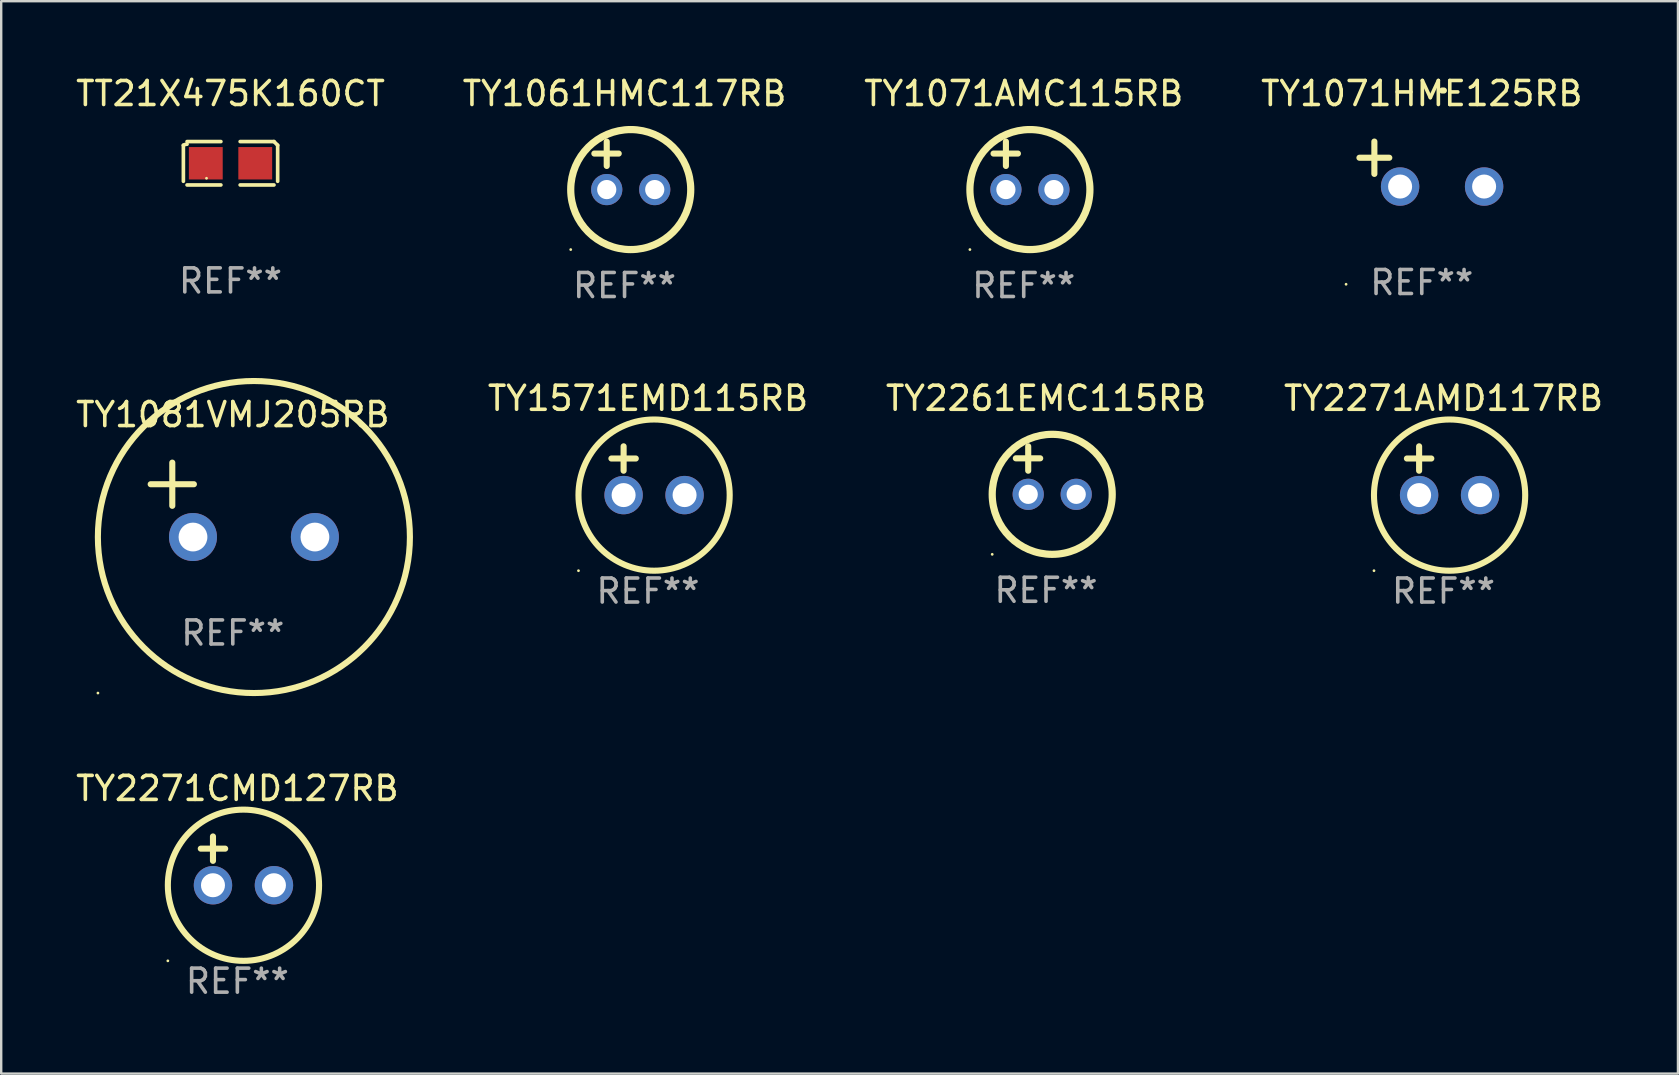
<source format=kicad_pcb>
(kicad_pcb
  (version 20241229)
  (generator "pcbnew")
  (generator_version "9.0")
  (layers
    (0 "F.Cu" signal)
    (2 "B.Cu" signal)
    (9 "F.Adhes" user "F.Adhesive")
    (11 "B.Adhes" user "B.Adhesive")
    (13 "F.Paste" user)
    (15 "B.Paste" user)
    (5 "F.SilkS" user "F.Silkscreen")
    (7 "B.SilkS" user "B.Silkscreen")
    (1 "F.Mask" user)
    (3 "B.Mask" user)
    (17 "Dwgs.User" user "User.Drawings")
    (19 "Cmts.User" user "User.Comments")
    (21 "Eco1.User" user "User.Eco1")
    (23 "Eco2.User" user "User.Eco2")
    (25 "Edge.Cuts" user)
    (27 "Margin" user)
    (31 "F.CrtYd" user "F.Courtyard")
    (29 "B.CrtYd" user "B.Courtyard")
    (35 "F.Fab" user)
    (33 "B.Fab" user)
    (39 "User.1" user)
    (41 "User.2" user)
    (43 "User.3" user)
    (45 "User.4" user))
  (footprint "TY1071HME125RB"
    (layer "F.Cu")
    (at 56.185 3.785)
    (property "Reference" "TY1071HME125RB" (at 0 -2.937 0) (layer "F.SilkS") (effects (font (size 1 1) (thickness 0.15))))
    (attr through_hole)
    (fp_line (start -1.975 0.41) (end -1.975 -0.937) (stroke (width 0.254) (type solid)) (layer "F.SilkS"))
    (fp_line (start -1.353 -0.263) (end -2.597 -0.263) (stroke (width 0.254) (type solid)) (layer "F.SilkS"))
    (fp_arc (start 0.849809 -3.063957) (mid 0.885369 -3.064114) (end 0.920929 -3.063957) (stroke (width 0.254001) (type solid)) (layer "F.SilkS"))
    (fp_circle (center -3.154 5.008) (end -3.124 5.008) (stroke (width 0.06) (type solid)) (fill no) (layer "F.SilkS"))
    (fp_text user "REF**" (at 0 4.937 0) (layer "F.Fab") (effects (font (size 1 1) (thickness 0.15))))
    (pad "1" thru_hole circle (at -0.903 0.937) (size 1.6 1.6) (drill 1) (layers "*.Cu" "*.Mask"))
    (pad "2" thru_hole circle (at 2.597 0.937) (size 1.6 1.6) (drill 1) (layers "*.Cu" "*.Mask")))
  (footprint "TY2271AMD117RB"
    (layer "F.Cu")
    (at 57.09 16.561)
    (property "Reference" "TY2271AMD117RB" (at 0 -3.016 0) (layer "F.SilkS") (effects (font (size 1 1) (thickness 0.15))))
    (attr through_hole)
    (fp_line (start -1.524 -0.508) (end -0.508 -0.508) (stroke (width 0.254) (type solid)) (layer "F.SilkS"))
    (fp_line (start -1.016 -1.016) (end -1.016 0) (stroke (width 0.254) (type solid)) (layer "F.SilkS"))
    (fp_circle (center -2.896 4.166) (end -2.866 4.166) (stroke (width 0.06) (type solid)) (fill no) (layer "F.SilkS"))
    (fp_circle (center 0.254 1.016) (end 3.404 1.016) (stroke (width 0.254) (type solid)) (fill no) (layer "F.SilkS"))
    (fp_text user "REF**" (at 0 5.016 0) (layer "F.Fab") (effects (font (size 1 1) (thickness 0.15))))
    (pad "1" thru_hole circle (at -1.016 1.016) (size 1.6 1.6) (drill 1) (layers "*.Cu" "*.Mask"))
    (pad "2" thru_hole circle (at 1.524 1.016) (size 1.6 1.6) (drill 1) (layers "*.Cu" "*.Mask")))
  (footprint "TY1061HMC117RB"
    (layer "F.Cu")
    (at 22.97 3.848)
    (property "Reference" "TY1061HMC117RB" (at 0 -3 0) (layer "F.SilkS") (effects (font (size 1 1) (thickness 0.15))))
    (attr through_hole)
    (fp_line (start -1.258 -0.5) (end -0.242 -0.5) (stroke (width 0.254) (type solid)) (layer "F.SilkS"))
    (fp_line (start -0.742 -1) (end -0.742 0.016) (stroke (width 0.254) (type solid)) (layer "F.SilkS"))
    (fp_circle (center -2.242 3.5) (end -2.212 3.5) (stroke (width 0.06) (type solid)) (fill no) (layer "F.SilkS"))
    (fp_circle (center 0.258 1) (end 2.758 1) (stroke (width 0.3) (type solid)) (fill no) (layer "F.SilkS"))
    (fp_text user "REF**" (at 0 5 0) (layer "F.Fab") (effects (font (size 1 1) (thickness 0.15))))
    (pad "1" thru_hole circle (at -0.742 1) (size 1.3 1.3) (drill 0.8) (layers "*.Cu" "*.Mask"))
    (pad "2" thru_hole circle (at 1.258 1) (size 1.3 1.3) (drill 0.8) (layers "*.Cu" "*.Mask")))
  (footprint "TY2261EMC115RB"
    (layer "F.Cu")
    (at 40.53 16.545)
    (property "Reference" "TY2261EMC115RB" (at 0 -3 0) (layer "F.SilkS") (effects (font (size 1 1) (thickness 0.15))))
    (attr through_hole)
    (fp_line (start -1.258 -0.5) (end -0.242 -0.5) (stroke (width 0.254) (type solid)) (layer "F.SilkS"))
    (fp_line (start -0.742 -1) (end -0.742 0.016) (stroke (width 0.254) (type solid)) (layer "F.SilkS"))
    (fp_circle (center -2.242 3.5) (end -2.212 3.5) (stroke (width 0.06) (type solid)) (fill no) (layer "F.SilkS"))
    (fp_circle (center 0.258 1) (end 2.758 1) (stroke (width 0.3) (type solid)) (fill no) (layer "F.SilkS"))
    (fp_text user "REF**" (at 0 5 0) (layer "F.Fab") (effects (font (size 1 1) (thickness 0.15))))
    (pad "1" thru_hole circle (at -0.742 1) (size 1.3 1.3) (drill 0.8) (layers "*.Cu" "*.Mask"))
    (pad "2" thru_hole circle (at 1.258 1) (size 1.3 1.3) (drill 0.8) (layers "*.Cu" "*.Mask")))
  (footprint "TY2271CMD127RB"
    (layer "F.Cu")
    (at 6.839 32.815)
    (property "Reference" "TY2271CMD127RB" (at 0 -3.016 0) (layer "F.SilkS") (effects (font (size 1 1) (thickness 0.15))))
    (attr through_hole)
    (fp_line (start -1.524 -0.508) (end -0.508 -0.508) (stroke (width 0.254) (type solid)) (layer "F.SilkS"))
    (fp_line (start -1.016 -1.016) (end -1.016 0) (stroke (width 0.254) (type solid)) (layer "F.SilkS"))
    (fp_circle (center -2.896 4.166) (end -2.866 4.166) (stroke (width 0.06) (type solid)) (fill no) (layer "F.SilkS"))
    (fp_circle (center 0.254 1.016) (end 3.404 1.016) (stroke (width 0.254) (type solid)) (fill no) (layer "F.SilkS"))
    (fp_text user "REF**" (at 0 5.016 0) (layer "F.Fab") (effects (font (size 1 1) (thickness 0.15))))
    (pad "1" thru_hole circle (at -1.016 1.016) (size 1.6 1.6) (drill 1) (layers "*.Cu" "*.Mask"))
    (pad "2" thru_hole circle (at 1.524 1.016) (size 1.6 1.6) (drill 1) (layers "*.Cu" "*.Mask")))
  (footprint "TY1571EMD115RB"
    (layer "F.Cu")
    (at 23.947 16.561)
    (property "Reference" "TY1571EMD115RB" (at 0 -3.016 0) (layer "F.SilkS") (effects (font (size 1 1) (thickness 0.15))))
    (attr through_hole)
    (fp_line (start -1.524 -0.508) (end -0.508 -0.508) (stroke (width 0.254) (type solid)) (layer "F.SilkS"))
    (fp_line (start -1.016 -1.016) (end -1.016 0) (stroke (width 0.254) (type solid)) (layer "F.SilkS"))
    (fp_circle (center -2.896 4.166) (end -2.866 4.166) (stroke (width 0.06) (type solid)) (fill no) (layer "F.SilkS"))
    (fp_circle (center 0.254 1.016) (end 3.404 1.016) (stroke (width 0.254) (type solid)) (fill no) (layer "F.SilkS"))
    (fp_text user "REF**" (at 0 5.016 0) (layer "F.Fab") (effects (font (size 1 1) (thickness 0.15))))
    (pad "1" thru_hole circle (at -1.016 1.016) (size 1.6 1.6) (drill 1) (layers "*.Cu" "*.Mask"))
    (pad "2" thru_hole circle (at 1.524 1.016) (size 1.6 1.6) (drill 1) (layers "*.Cu" "*.Mask")))
  (footprint "TY1081VMJ205RB"
    (layer "F.Cu")
    (at 6.649 17.774)
    (property "Reference" "TY1081VMJ205RB" (at 0 -3.55 0) (layer "F.SilkS") (effects (font (size 1 1) (thickness 0.15))))
    (attr through_hole)
    (fp_line (start -3.421 -0.65) (end -1.621 -0.65) (stroke (width 0.254) (type solid)) (layer "F.SilkS"))
    (fp_line (start -2.521 -1.55) (end -2.521 0.25) (stroke (width 0.254) (type solid)) (layer "F.SilkS"))
    (fp_circle (center -5.619 8.05) (end -5.589 8.05) (stroke (width 0.06) (type solid)) (fill no) (layer "F.SilkS"))
    (fp_circle (center 0.879 1.55) (end 7.379 1.55) (stroke (width 0.254) (type solid)) (fill no) (layer "F.SilkS"))
    (fp_text user "REF**" (at 0 5.55 0) (layer "F.Fab") (effects (font (size 1 1) (thickness 0.15))))
    (pad "1" thru_hole circle (at -1.659 1.55) (size 2 2) (drill 1.2) (layers "*.Cu" "*.Mask"))
    (pad "2" thru_hole circle (at 3.421 1.55) (size 2 2) (drill 1.2) (layers "*.Cu" "*.Mask")))
  (footprint "TT21X475K160CT"
    (layer "F.Cu")
    (at 6.554 3.752)
    (property "Reference" "TT21X475K160CT" (at 0 -2.904 0) (layer "F.SilkS") (effects (font (size 1 1) (thickness 0.15))))
    (attr through_hole)
    (fp_line (start -1.964 0.751) (end -1.964 -0.751) (stroke (width 0.152) (type solid)) (layer "F.SilkS"))
    (fp_line (start -1.811 -0.904) (end -0.401 -0.904) (stroke (width 0.152) (type solid)) (layer "F.SilkS"))
    (fp_line (start -0.401 0.904) (end -1.811 0.904) (stroke (width 0.152) (type solid)) (layer "F.SilkS"))
    (fp_line (start 0.401 0.904) (end 1.811 0.904) (stroke (width 0.152) (type solid)) (layer "F.SilkS"))
    (fp_line (start 1.811 -0.904) (end 0.401 -0.904) (stroke (width 0.152) (type solid)) (layer "F.SilkS"))
    (fp_line (start 1.964 0.751) (end 1.964 -0.751) (stroke (width 0.152) (type solid)) (layer "F.SilkS"))
    (fp_arc (start -1.963602 -0.751207) (mid -1.890354 -0.783131) (end -1.811201 -0.794044) (stroke (width 0.1524) (type solid)) (layer "F.SilkS"))
    (fp_arc (start 1.811202 -0.903607) (mid 1.887413 -0.827418) (end 1.963602 -0.751207) (stroke (width 0.1524) (type solid)) (layer "F.SilkS"))
    (fp_circle (center -1 0.625) (end -0.97 0.625) (stroke (width 0.06) (type solid)) (fill no) (layer "F.SilkS"))
    (fp_text user "REF**" (at 0 4.904 0) (layer "F.Fab") (effects (font (size 1 1) (thickness 0.15))))
    (pad "1" smd rect (at -1.03 0) (size 1.41 1.35) (layers "F.Cu" "F.Mask" "F.Paste"))
    (pad "2" smd rect (at 1.03 0) (size 1.41 1.35) (layers "F.Cu" "F.Mask" "F.Paste")))
  (footprint "TY1071AMC115RB"
    (layer "F.Cu")
    (at 39.601 3.848)
    (property "Reference" "TY1071AMC115RB" (at 0 -3 0) (layer "F.SilkS") (effects (font (size 1 1) (thickness 0.15))))
    (attr through_hole)
    (fp_line (start -1.258 -0.5) (end -0.242 -0.5) (stroke (width 0.254) (type solid)) (layer "F.SilkS"))
    (fp_line (start -0.742 -1) (end -0.742 0.016) (stroke (width 0.254) (type solid)) (layer "F.SilkS"))
    (fp_circle (center -2.242 3.5) (end -2.212 3.5) (stroke (width 0.06) (type solid)) (fill no) (layer "F.SilkS"))
    (fp_circle (center 0.258 1) (end 2.758 1) (stroke (width 0.3) (type solid)) (fill no) (layer "F.SilkS"))
    (fp_text user "REF**" (at 0 5 0) (layer "F.Fab") (effects (font (size 1 1) (thickness 0.15))))
    (pad "1" thru_hole circle (at -0.742 1) (size 1.3 1.3) (drill 0.8) (layers "*.Cu" "*.Mask"))
    (pad "2" thru_hole circle (at 1.258 1) (size 1.3 1.3) (drill 0.8) (layers "*.Cu" "*.Mask")))
  (gr_rect
    (start -3 -3)
    (end 66.858 41.679)
    (stroke (width 0.1) (type default))
    (fill no)
    (layer "Edge.Cuts")))
</source>
